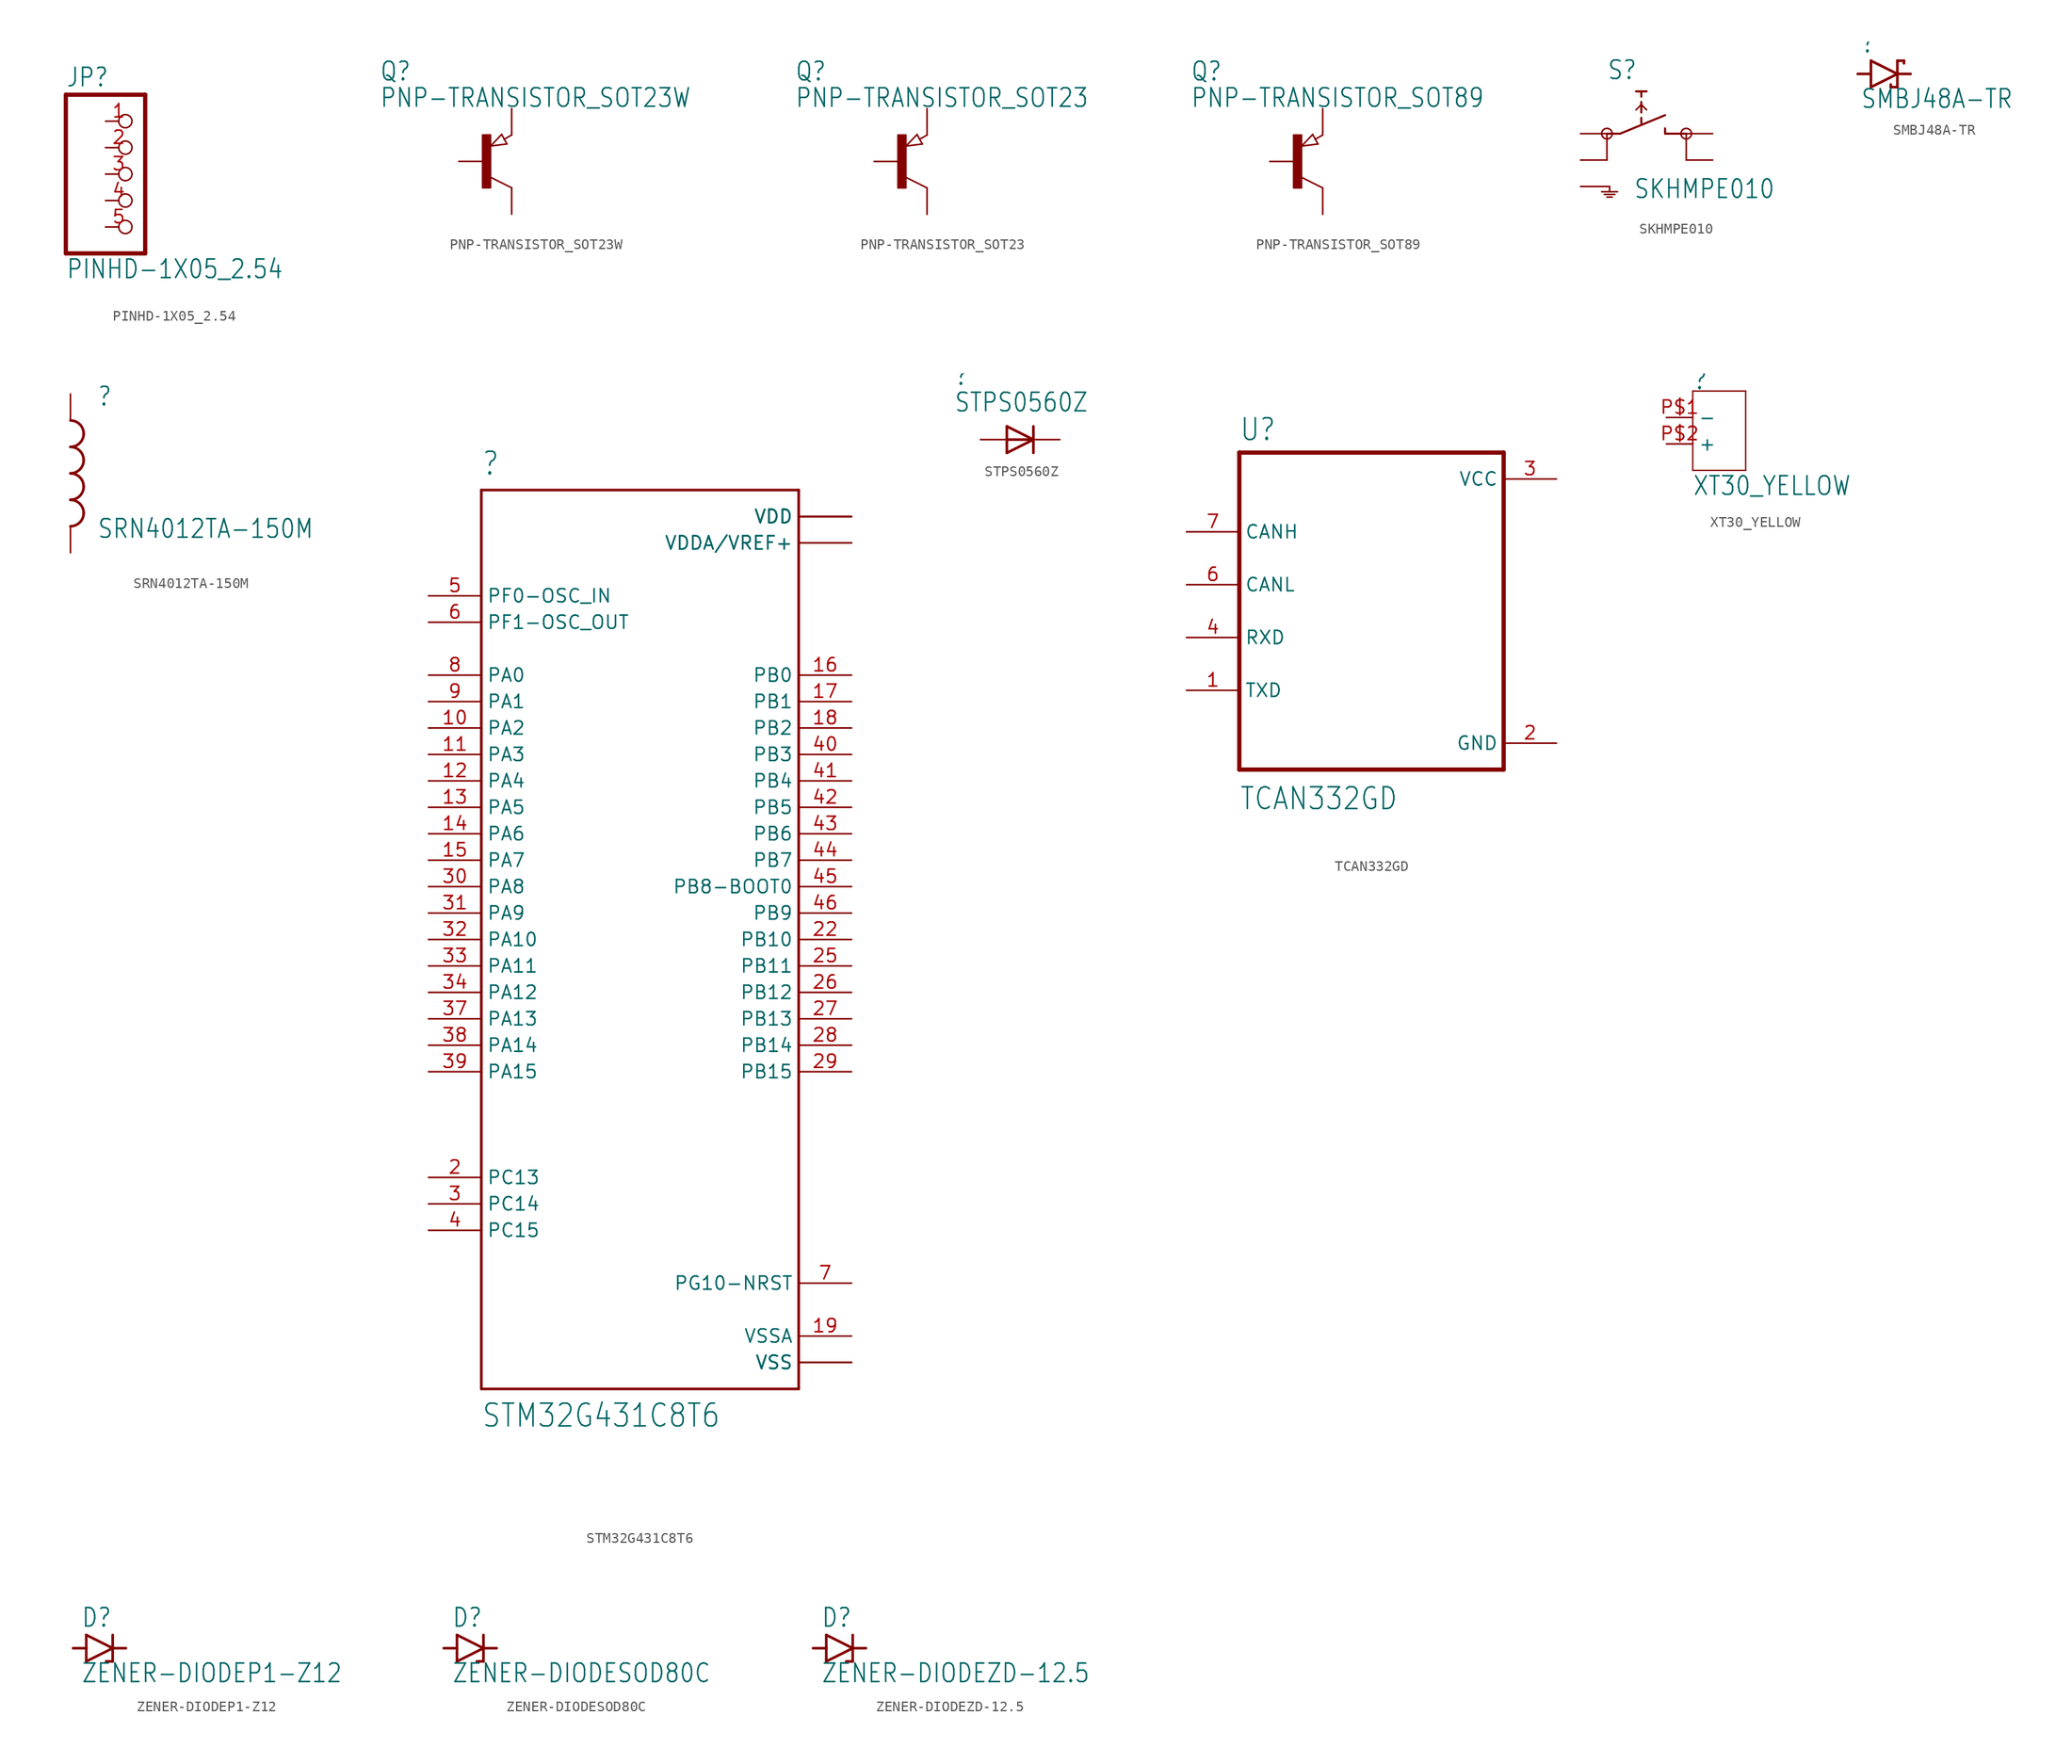
<source format=kicad_sym>
(kicad_symbol_lib
  (version 20210619)
  (generator kicad_symbol_editor)
  (symbol "PINHD-1X05_2.54"
    (property "Reference" "JP"
      (at -6.35 8.255 0)
      (effects (font (size 1.778 1.511)) (justify left bottom)))
    (property "Value" "PINHD-1X05_2.54"
      (at -6.35 -10.16 0)
      (effects (font (size 1.778 1.511)) (justify left bottom)))
    (property "ki_locked" ""
      (at 0 0 0)
      (effects (font (size 1.27 1.27))))
    (symbol "PINHD-1X05_2.54_1_0"
      (polyline (pts (xy -6.35 -7.62) (xy 1.27 -7.62)) (stroke (width 0.406)) (fill (type none)))
      (polyline (pts (xy -6.35 7.62) (xy -6.35 -7.62)) (stroke (width 0.406)) (fill (type none)))
      (polyline (pts (xy 1.27 -7.62) (xy 1.27 7.62)) (stroke (width 0.406)) (fill (type none)))
      (polyline (pts (xy 1.27 7.62) (xy -6.35 7.62)) (stroke (width 0.406)) (fill (type none)))
      (pin passive inverted (at -2.54 5.08 0) (length 2.54) (name "1" (effects (font (size 0 0)))) (number "1" (effects (font (size 1.27 1.27)))))
      (pin passive inverted (at -2.54 2.54 0) (length 2.54) (name "2" (effects (font (size 0 0)))) (number "2" (effects (font (size 1.27 1.27)))))
      (pin passive inverted (at -2.54 0 0) (length 2.54) (name "3" (effects (font (size 0 0)))) (number "3" (effects (font (size 1.27 1.27)))))
      (pin passive inverted (at -2.54 -2.54 0) (length 2.54) (name "4" (effects (font (size 0 0)))) (number "4" (effects (font (size 1.27 1.27)))))
      (pin passive inverted (at -2.54 -5.08 0) (length 2.54) (name "5" (effects (font (size 0 0)))) (number "5" (effects (font (size 1.27 1.27)))))))
  (symbol "PNP-TRANSISTOR_SOT23W"
    (property "Reference" "Q"
      (at -10.16 7.62 0)
      (effects (font (size 1.778 1.511)) (justify left bottom)))
    (property "Value" "PNP-TRANSISTOR_SOT23W"
      (at -10.16 5.08 0)
      (effects (font (size 1.778 1.511)) (justify left bottom)))
    (property "ki_locked" ""
      (at 0 0 0)
      (effects (font (size 1.27 1.27))))
    (symbol "PNP-TRANSISTOR_SOT23W_1_0"
      (rectangle (start -0.254 -2.54) (end 0.508 2.54) (stroke (width 0)) (fill (type outline)))
      (polyline (pts (xy 0.516 1.478) (xy 2.086 1.678)) (stroke (width 0.152)) (fill (type none)))
      (polyline (pts (xy 1.578 2.594) (xy 0.516 1.478)) (stroke (width 0.152)) (fill (type none)))
      (polyline (pts (xy 2.086 1.678) (xy 1.578 2.594)) (stroke (width 0.152)) (fill (type none)))
      (polyline (pts (xy 2.54 -2.54) (xy 0.508 -1.524)) (stroke (width 0.152)) (fill (type none)))
      (polyline (pts (xy 2.54 2.54) (xy 1.808 2.124)) (stroke (width 0.152)) (fill (type none)))
      (pin passive line (at -2.54 0 0) (length 2.54) (name "B" (effects (font (size 0 0)))) (number "1" (effects (font (size 0 0)))))
      (pin passive line (at 2.54 5.08 270) (length 2.54) (name "E" (effects (font (size 0 0)))) (number "2" (effects (font (size 0 0)))))
      (pin passive line (at 2.54 -5.08 90) (length 2.54) (name "C" (effects (font (size 0 0)))) (number "3" (effects (font (size 0 0)))))))
  (symbol "PNP-TRANSISTOR_SOT23"
    (property "Reference" "Q"
      (at -10.16 7.62 0)
      (effects (font (size 1.778 1.511)) (justify left bottom)))
    (property "Value" "PNP-TRANSISTOR_SOT23"
      (at -10.16 5.08 0)
      (effects (font (size 1.778 1.511)) (justify left bottom)))
    (property "ki_locked" ""
      (at 0 0 0)
      (effects (font (size 1.27 1.27))))
    (symbol "PNP-TRANSISTOR_SOT23_1_0"
      (rectangle (start -0.254 -2.54) (end 0.508 2.54) (stroke (width 0)) (fill (type outline)))
      (polyline (pts (xy 0.516 1.478) (xy 2.086 1.678)) (stroke (width 0.152)) (fill (type none)))
      (polyline (pts (xy 1.578 2.594) (xy 0.516 1.478)) (stroke (width 0.152)) (fill (type none)))
      (polyline (pts (xy 2.086 1.678) (xy 1.578 2.594)) (stroke (width 0.152)) (fill (type none)))
      (polyline (pts (xy 2.54 -2.54) (xy 0.508 -1.524)) (stroke (width 0.152)) (fill (type none)))
      (polyline (pts (xy 2.54 2.54) (xy 1.808 2.124)) (stroke (width 0.152)) (fill (type none)))
      (pin passive line (at -2.54 0 0) (length 2.54) (name "B" (effects (font (size 0 0)))) (number "1" (effects (font (size 0 0)))))
      (pin passive line (at 2.54 5.08 270) (length 2.54) (name "E" (effects (font (size 0 0)))) (number "2" (effects (font (size 0 0)))))
      (pin passive line (at 2.54 -5.08 90) (length 2.54) (name "C" (effects (font (size 0 0)))) (number "3" (effects (font (size 0 0)))))))
  (symbol "PNP-TRANSISTOR_SOT89"
    (property "Reference" "Q"
      (at -10.16 7.62 0)
      (effects (font (size 1.778 1.511)) (justify left bottom)))
    (property "Value" "PNP-TRANSISTOR_SOT89"
      (at -10.16 5.08 0)
      (effects (font (size 1.778 1.511)) (justify left bottom)))
    (property "ki_locked" ""
      (at 0 0 0)
      (effects (font (size 1.27 1.27))))
    (symbol "PNP-TRANSISTOR_SOT89_1_0"
      (rectangle (start -0.254 -2.54) (end 0.508 2.54) (stroke (width 0)) (fill (type outline)))
      (polyline (pts (xy 0.516 1.478) (xy 2.086 1.678)) (stroke (width 0.152)) (fill (type none)))
      (polyline (pts (xy 1.578 2.594) (xy 0.516 1.478)) (stroke (width 0.152)) (fill (type none)))
      (polyline (pts (xy 2.086 1.678) (xy 1.578 2.594)) (stroke (width 0.152)) (fill (type none)))
      (polyline (pts (xy 2.54 -2.54) (xy 0.508 -1.524)) (stroke (width 0.152)) (fill (type none)))
      (polyline (pts (xy 2.54 2.54) (xy 1.808 2.124)) (stroke (width 0.152)) (fill (type none)))
      (pin passive line (at -2.54 0 0) (length 2.54) (name "B" (effects (font (size 0 0)))) (number "1" (effects (font (size 0 0)))))
      (pin passive line (at 2.54 -5.08 90) (length 2.54) (name "C" (effects (font (size 0 0)))) (number "2" (effects (font (size 0 0)))))
      (pin passive line (at 2.54 5.08 270) (length 2.54) (name "E" (effects (font (size 0 0)))) (number "3" (effects (font (size 0 0)))))))
  (symbol "SKHMPE010"
    (property "Reference" "S"
      (at -2.54 5.08 0)
      (effects (font (size 1.778 1.511)) (justify left bottom)))
    (property "Value" "SKHMPE010"
      (at 0 -6.35 0)
      (effects (font (size 1.778 1.511)) (justify left bottom)))
    (property "ki_locked" ""
      (at 0 0 0)
      (effects (font (size 1.27 1.27))))
    (symbol "SKHMPE010_1_0"
      (circle (center -2.54 0) (radius 0.508) (stroke (width 0)) (fill (type none)))
      (circle (center 5.08 0) (radius 0.508) (stroke (width 0)) (fill (type none)))
      (polyline (pts (xy -3.048 -5.588) (xy -1.524 -5.588)) (stroke (width 0.152)) (fill (type none)))
      (polyline (pts (xy -2.794 -5.842) (xy -1.778 -5.842)) (stroke (width 0.152)) (fill (type none)))
      (polyline (pts (xy -2.54 -6.096) (xy -2.032 -6.096)) (stroke (width 0.152)) (fill (type none)))
      (polyline (pts (xy -2.54 -5.08) (xy -2.286 -5.08)) (stroke (width 0.152)) (fill (type none)))
      (polyline (pts (xy -2.54 0) (xy -2.54 -2.54)) (stroke (width 0.152)) (fill (type none)))
      (polyline (pts (xy -2.54 0) (xy -1.27 0)) (stroke (width 0.203)) (fill (type none)))
      (polyline (pts (xy -2.286 -5.08) (xy -2.286 -5.588)) (stroke (width 0.152)) (fill (type none)))
      (polyline (pts (xy -1.27 0) (xy 3.048 1.778)) (stroke (width 0.203)) (fill (type none)))
      (polyline (pts (xy 0.254 2.286) (xy 0.762 2.794)) (stroke (width 0.152)) (fill (type none)))
      (polyline (pts (xy 0.762 1.016) (xy 0.762 1.524)) (stroke (width 0.203)) (fill (type none)))
      (polyline (pts (xy 0.762 2.032) (xy 0.762 2.794)) (stroke (width 0.203)) (fill (type none)))
      (polyline (pts (xy 0.762 2.794) (xy 0.762 3.048)) (stroke (width 0.203)) (fill (type none)))
      (polyline (pts (xy 0.762 2.794) (xy 1.27 2.286)) (stroke (width 0.152)) (fill (type none)))
      (polyline (pts (xy 0.762 3.556) (xy 0.762 4.064)) (stroke (width 0.203)) (fill (type none)))
      (polyline (pts (xy 0.762 4.064) (xy 0.254 4.064)) (stroke (width 0.203)) (fill (type none)))
      (polyline (pts (xy 1.27 4.064) (xy 0.762 4.064)) (stroke (width 0.203)) (fill (type none)))
      (polyline (pts (xy 3.048 0) (xy 5.08 0)) (stroke (width 0.203)) (fill (type none)))
      (polyline (pts (xy 3.048 0.508) (xy 3.048 0)) (stroke (width 0.203)) (fill (type none)))
      (polyline (pts (xy 5.08 0) (xy 5.08 -2.54)) (stroke (width 0.152)) (fill (type none)))
      (pin passive line (at -5.08 0 0) (length 2.54) (name "1.1" (effects (font (size 0 0)))) (number "1" (effects (font (size 0 0)))))
      (pin passive line (at -5.08 -2.54 0) (length 2.54) (name "1.2" (effects (font (size 0 0)))) (number "2" (effects (font (size 0 0)))))
      (pin passive line (at 7.62 0 180) (length 2.54) (name "2.1" (effects (font (size 0 0)))) (number "3" (effects (font (size 0 0)))))
      (pin passive line (at 7.62 -2.54 180) (length 2.54) (name "2.2" (effects (font (size 0 0)))) (number "4" (effects (font (size 0 0)))))
      (pin passive line (at -5.08 -5.08 0) (length 2.54) (name "SH" (effects (font (size 0 0)))) (number "5" (effects (font (size 0 0)))))))
  (symbol "SMBJ48A-TR"
    (property "Reference" ""
      (at -2.286 1.905 0)
      (effects (font (size 1.778 1.511)) (justify left bottom)))
    (property "Value" "SMBJ48A-TR"
      (at -2.286 -3.429 0)
      (effects (font (size 1.778 1.511)) (justify left bottom)))
    (property "ki_locked" ""
      (at 0 0 0)
      (effects (font (size 1.27 1.27))))
    (symbol "SMBJ48A-TR_1_0"
      (polyline (pts (xy -1.27 -1.27) (xy 1.27 0)) (stroke (width 0.254)) (fill (type none)))
      (polyline (pts (xy -1.27 0) (xy -2.54 0)) (stroke (width 0.254)) (fill (type none)))
      (polyline (pts (xy -1.27 0) (xy -1.27 -1.27)) (stroke (width 0.254)) (fill (type none)))
      (polyline (pts (xy -1.27 1.27) (xy -1.27 0)) (stroke (width 0.254)) (fill (type none)))
      (polyline (pts (xy 0.635 -1.016) (xy 0.635 -1.27)) (stroke (width 0.254)) (fill (type none)))
      (polyline (pts (xy 1.27 -1.27) (xy 0.635 -1.27)) (stroke (width 0.254)) (fill (type none)))
      (polyline (pts (xy 1.27 0) (xy -1.27 1.27)) (stroke (width 0.254)) (fill (type none)))
      (polyline (pts (xy 1.27 0) (xy 1.27 -1.27)) (stroke (width 0.254)) (fill (type none)))
      (polyline (pts (xy 1.27 0) (xy 2.54 0)) (stroke (width 0.254)) (fill (type none)))
      (polyline (pts (xy 1.27 1.27) (xy 1.27 0)) (stroke (width 0.254)) (fill (type none)))
      (polyline (pts (xy 1.905 1.27) (xy 1.27 1.27)) (stroke (width 0.254)) (fill (type none)))
      (polyline (pts (xy 1.905 1.27) (xy 1.905 1.016)) (stroke (width 0.254)) (fill (type none)))
      (pin passive line (at -2.54 0 0) (length 0) (name "A" (effects (font (size 0 0)))) (number "A" (effects (font (size 0 0)))))
      (pin passive line (at 2.54 0 180) (length 0) (name "C" (effects (font (size 0 0)))) (number "C" (effects (font (size 0 0)))))))
  (symbol "SRN4012TA-150M"
    (property "Reference" ""
      (at 2.54 6.35 0)
      (effects (font (size 1.778 1.511)) (justify left bottom)))
    (property "Value" "SRN4012TA-150M"
      (at 2.54 -6.35 0)
      (effects (font (size 1.778 1.511)) (justify left bottom)))
    (property "ki_locked" ""
      (at 0 0 0)
      (effects (font (size 1.27 1.27))))
    (symbol "SRN4012TA-150M_1_0"
      (arc (start 1.27 -3.81) (end 0 -2.54) (radius (at 0 -3.81) (length 1.27) (angles 0 90)) (stroke (width 0.254)) (fill (type none)))
      (arc (start 0 -5.08) (end 1.27 -3.81) (radius (at 0 -3.81) (length 1.27) (angles -90 0)) (stroke (width 0.254)) (fill (type none)))
      (arc (start 1.27 -1.27) (end 0 0) (radius (at 0 -1.27) (length 1.27) (angles 0 90)) (stroke (width 0.254)) (fill (type none)))
      (arc (start 0 -2.54) (end 1.27 -1.27) (radius (at 0 -1.27) (length 1.27) (angles -90 0)) (stroke (width 0.254)) (fill (type none)))
      (arc (start 1.27 1.27) (end 0 2.54) (radius (at 0 1.27) (length 1.27) (angles 0 90)) (stroke (width 0.254)) (fill (type none)))
      (arc (start 0 0) (end 1.27 1.27) (radius (at 0 1.27) (length 1.27) (angles -90 0)) (stroke (width 0.254)) (fill (type none)))
      (arc (start 1.27 3.81) (end 0 5.08) (radius (at 0 3.81) (length 1.27) (angles 0 90)) (stroke (width 0.254)) (fill (type none)))
      (arc (start 0 2.54) (end 1.27 3.81) (radius (at 0 3.81) (length 1.27) (angles -90 0)) (stroke (width 0.254)) (fill (type none)))
      (pin passive line (at 0 7.62 270) (length 2.54) (name "1" (effects (font (size 0 0)))) (number "1" (effects (font (size 0 0)))))
      (pin passive line (at 0 -7.62 90) (length 2.54) (name "2" (effects (font (size 0 0)))) (number "2" (effects (font (size 0 0)))))))
  (symbol "STM32G431C8T6"
    (property "Reference" ""
      (at -15.24 34.29 0)
      (effects (font (size 2.184 1.857)) (justify left bottom)))
    (property "Value" "STM32G431C8T6"
      (at -15.24 -54.61 0)
      (effects (font (size 2.184 1.857)) (justify left top)))
    (property "ki_locked" ""
      (at 0 0 0)
      (effects (font (size 1.27 1.27))))
    (symbol "STM32G431C8T6_1_0"
      (polyline (pts (xy -15.24 -53.34) (xy -15.24 33.02)) (stroke (width 0.254)) (fill (type none)))
      (polyline (pts (xy -15.24 33.02) (xy 15.24 33.02)) (stroke (width 0.254)) (fill (type none)))
      (polyline (pts (xy 15.24 -53.34) (xy -15.24 -53.34)) (stroke (width 0.254)) (fill (type none)))
      (polyline (pts (xy 15.24 33.02) (xy 15.24 -53.34)) (stroke (width 0.254)) (fill (type none)))
      (pin power_in line (at 20.32 30.48 180) (length 5.08) (name "VDD" (effects (font (size 1.27 1.27)))) (number "1" (effects (font (size 0 0)))))
      (pin bidirectional line (at -20.32 10.16 0) (length 5.08) (name "PA2" (effects (font (size 1.27 1.27)))) (number "10" (effects (font (size 1.27 1.27)))))
      (pin bidirectional line (at -20.32 7.62 0) (length 5.08) (name "PA3" (effects (font (size 1.27 1.27)))) (number "11" (effects (font (size 1.27 1.27)))))
      (pin bidirectional line (at -20.32 5.08 0) (length 5.08) (name "PA4" (effects (font (size 1.27 1.27)))) (number "12" (effects (font (size 1.27 1.27)))))
      (pin bidirectional line (at -20.32 2.54 0) (length 5.08) (name "PA5" (effects (font (size 1.27 1.27)))) (number "13" (effects (font (size 1.27 1.27)))))
      (pin bidirectional line (at -20.32 0 0) (length 5.08) (name "PA6" (effects (font (size 1.27 1.27)))) (number "14" (effects (font (size 1.27 1.27)))))
      (pin bidirectional line (at -20.32 -2.54 0) (length 5.08) (name "PA7" (effects (font (size 1.27 1.27)))) (number "15" (effects (font (size 1.27 1.27)))))
      (pin bidirectional line (at 20.32 15.24 180) (length 5.08) (name "PB0" (effects (font (size 1.27 1.27)))) (number "16" (effects (font (size 1.27 1.27)))))
      (pin bidirectional line (at 20.32 12.7 180) (length 5.08) (name "PB1" (effects (font (size 1.27 1.27)))) (number "17" (effects (font (size 1.27 1.27)))))
      (pin bidirectional line (at 20.32 10.16 180) (length 5.08) (name "PB2" (effects (font (size 1.27 1.27)))) (number "18" (effects (font (size 1.27 1.27)))))
      (pin power_in line (at 20.32 -48.26 180) (length 5.08) (name "VSSA" (effects (font (size 1.27 1.27)))) (number "19" (effects (font (size 1.27 1.27)))))
      (pin bidirectional line (at -20.32 -33.02 0) (length 5.08) (name "PC13" (effects (font (size 1.27 1.27)))) (number "2" (effects (font (size 1.27 1.27)))))
      (pin power_in line (at 20.32 27.94 180) (length 5.08) (name "VDDA/VREF+" (effects (font (size 1.27 1.27)))) (number "20" (effects (font (size 0 0)))))
      (pin power_in line (at 20.32 27.94 180) (length 5.08) (name "VDDA/VREF+" (effects (font (size 1.27 1.27)))) (number "21" (effects (font (size 0 0)))))
      (pin bidirectional line (at 20.32 -10.16 180) (length 5.08) (name "PB10" (effects (font (size 1.27 1.27)))) (number "22" (effects (font (size 1.27 1.27)))))
      (pin power_in line (at 20.32 -50.8 180) (length 5.08) (name "VSS" (effects (font (size 1.27 1.27)))) (number "23" (effects (font (size 0 0)))))
      (pin power_in line (at 20.32 30.48 180) (length 5.08) (name "VDD" (effects (font (size 1.27 1.27)))) (number "24" (effects (font (size 0 0)))))
      (pin bidirectional line (at 20.32 -12.7 180) (length 5.08) (name "PB11" (effects (font (size 1.27 1.27)))) (number "25" (effects (font (size 1.27 1.27)))))
      (pin bidirectional line (at 20.32 -15.24 180) (length 5.08) (name "PB12" (effects (font (size 1.27 1.27)))) (number "26" (effects (font (size 1.27 1.27)))))
      (pin bidirectional line (at 20.32 -17.78 180) (length 5.08) (name "PB13" (effects (font (size 1.27 1.27)))) (number "27" (effects (font (size 1.27 1.27)))))
      (pin bidirectional line (at 20.32 -20.32 180) (length 5.08) (name "PB14" (effects (font (size 1.27 1.27)))) (number "28" (effects (font (size 1.27 1.27)))))
      (pin bidirectional line (at 20.32 -22.86 180) (length 5.08) (name "PB15" (effects (font (size 1.27 1.27)))) (number "29" (effects (font (size 1.27 1.27)))))
      (pin bidirectional line (at -20.32 -35.56 0) (length 5.08) (name "PC14" (effects (font (size 1.27 1.27)))) (number "3" (effects (font (size 1.27 1.27)))))
      (pin bidirectional line (at -20.32 -5.08 0) (length 5.08) (name "PA8" (effects (font (size 1.27 1.27)))) (number "30" (effects (font (size 1.27 1.27)))))
      (pin bidirectional line (at -20.32 -7.62 0) (length 5.08) (name "PA9" (effects (font (size 1.27 1.27)))) (number "31" (effects (font (size 1.27 1.27)))))
      (pin bidirectional line (at -20.32 -10.16 0) (length 5.08) (name "PA10" (effects (font (size 1.27 1.27)))) (number "32" (effects (font (size 1.27 1.27)))))
      (pin bidirectional line (at -20.32 -12.7 0) (length 5.08) (name "PA11" (effects (font (size 1.27 1.27)))) (number "33" (effects (font (size 1.27 1.27)))))
      (pin bidirectional line (at -20.32 -15.24 0) (length 5.08) (name "PA12" (effects (font (size 1.27 1.27)))) (number "34" (effects (font (size 1.27 1.27)))))
      (pin power_in line (at 20.32 -50.8 180) (length 5.08) (name "VSS" (effects (font (size 1.27 1.27)))) (number "35" (effects (font (size 0 0)))))
      (pin power_in line (at 20.32 30.48 180) (length 5.08) (name "VDD" (effects (font (size 1.27 1.27)))) (number "36" (effects (font (size 0 0)))))
      (pin bidirectional line (at -20.32 -17.78 0) (length 5.08) (name "PA13" (effects (font (size 1.27 1.27)))) (number "37" (effects (font (size 1.27 1.27)))))
      (pin bidirectional line (at -20.32 -20.32 0) (length 5.08) (name "PA14" (effects (font (size 1.27 1.27)))) (number "38" (effects (font (size 1.27 1.27)))))
      (pin bidirectional line (at -20.32 -22.86 0) (length 5.08) (name "PA15" (effects (font (size 1.27 1.27)))) (number "39" (effects (font (size 1.27 1.27)))))
      (pin bidirectional line (at -20.32 -38.1 0) (length 5.08) (name "PC15" (effects (font (size 1.27 1.27)))) (number "4" (effects (font (size 1.27 1.27)))))
      (pin bidirectional line (at 20.32 7.62 180) (length 5.08) (name "PB3" (effects (font (size 1.27 1.27)))) (number "40" (effects (font (size 1.27 1.27)))))
      (pin bidirectional line (at 20.32 5.08 180) (length 5.08) (name "PB4" (effects (font (size 1.27 1.27)))) (number "41" (effects (font (size 1.27 1.27)))))
      (pin bidirectional line (at 20.32 2.54 180) (length 5.08) (name "PB5" (effects (font (size 1.27 1.27)))) (number "42" (effects (font (size 1.27 1.27)))))
      (pin bidirectional line (at 20.32 0 180) (length 5.08) (name "PB6" (effects (font (size 1.27 1.27)))) (number "43" (effects (font (size 1.27 1.27)))))
      (pin bidirectional line (at 20.32 -2.54 180) (length 5.08) (name "PB7" (effects (font (size 1.27 1.27)))) (number "44" (effects (font (size 1.27 1.27)))))
      (pin bidirectional line (at 20.32 -5.08 180) (length 5.08) (name "PB8-BOOT0" (effects (font (size 1.27 1.27)))) (number "45" (effects (font (size 1.27 1.27)))))
      (pin bidirectional line (at 20.32 -7.62 180) (length 5.08) (name "PB9" (effects (font (size 1.27 1.27)))) (number "46" (effects (font (size 1.27 1.27)))))
      (pin power_in line (at 20.32 -50.8 180) (length 5.08) (name "VSS" (effects (font (size 1.27 1.27)))) (number "47" (effects (font (size 0 0)))))
      (pin power_in line (at 20.32 30.48 180) (length 5.08) (name "VDD" (effects (font (size 1.27 1.27)))) (number "48" (effects (font (size 0 0)))))
      (pin input line (at -20.32 22.86 0) (length 5.08) (name "PF0-OSC_IN" (effects (font (size 1.27 1.27)))) (number "5" (effects (font (size 1.27 1.27)))))
      (pin output line (at -20.32 20.32 0) (length 5.08) (name "PF1-OSC_OUT" (effects (font (size 1.27 1.27)))) (number "6" (effects (font (size 1.27 1.27)))))
      (pin bidirectional line (at 20.32 -43.18 180) (length 5.08) (name "PG10-NRST" (effects (font (size 1.27 1.27)))) (number "7" (effects (font (size 1.27 1.27)))))
      (pin bidirectional line (at -20.32 15.24 0) (length 5.08) (name "PA0" (effects (font (size 1.27 1.27)))) (number "8" (effects (font (size 1.27 1.27)))))
      (pin bidirectional line (at -20.32 12.7 0) (length 5.08) (name "PA1" (effects (font (size 1.27 1.27)))) (number "9" (effects (font (size 1.27 1.27)))))))
  (symbol "STPS0560Z"
    (property "Reference" ""
      (at -7.62 5.08 0)
      (effects (font (size 1.778 1.511)) (justify left bottom)))
    (property "Value" "STPS0560Z"
      (at -7.62 2.54 0)
      (effects (font (size 1.778 1.511)) (justify left bottom)))
    (property "ki_locked" ""
      (at 0 0 0)
      (effects (font (size 1.27 1.27))))
    (symbol "STPS0560Z_1_0"
      (polyline (pts (xy -2.54 -1.27) (xy 0 0)) (stroke (width 0.254)) (fill (type none)))
      (polyline (pts (xy -2.54 0) (xy -2.54 -1.27)) (stroke (width 0.254)) (fill (type none)))
      (polyline (pts (xy -2.54 0) (xy 0 0)) (stroke (width 0.254)) (fill (type none)))
      (polyline (pts (xy -2.54 1.27) (xy -2.54 0)) (stroke (width 0.254)) (fill (type none)))
      (polyline (pts (xy 0 0) (xy -2.54 1.27)) (stroke (width 0.254)) (fill (type none)))
      (polyline (pts (xy 0 0) (xy 0 -1.27)) (stroke (width 0.254)) (fill (type none)))
      (polyline (pts (xy 0 0) (xy 0 1.27)) (stroke (width 0.254)) (fill (type none)))
      (pin bidirectional line (at -5.08 0 0) (length 2.54) (name "ANODE" (effects (font (size 0 0)))) (number "ANODE" (effects (font (size 0 0)))))
      (pin bidirectional line (at 2.54 0 180) (length 2.54) (name "CATHODE" (effects (font (size 0 0)))) (number "CATHODE" (effects (font (size 0 0)))))))
  (symbol "TCAN332GD"
    (property "Reference" "U"
      (at -12.7 16.24 0)
      (effects (font (size 2.083 1.77)) (justify left bottom)))
    (property "Value" "TCAN332GD"
      (at -12.7 -19.24 0)
      (effects (font (size 2.083 1.77)) (justify left bottom)))
    (property "ki_locked" ""
      (at 0 0 0)
      (effects (font (size 1.27 1.27))))
    (symbol "TCAN332GD_1_0"
      (polyline (pts (xy -12.7 -15.24) (xy -12.7 15.24)) (stroke (width 0.41)) (fill (type none)))
      (polyline (pts (xy -12.7 15.24) (xy 12.7 15.24)) (stroke (width 0.41)) (fill (type none)))
      (polyline (pts (xy 12.7 -15.24) (xy -12.7 -15.24)) (stroke (width 0.41)) (fill (type none)))
      (polyline (pts (xy 12.7 15.24) (xy 12.7 -15.24)) (stroke (width 0.41)) (fill (type none)))
      (pin bidirectional line (at -17.78 -7.62 0) (length 5.08) (name "TXD" (effects (font (size 1.27 1.27)))) (number "1" (effects (font (size 1.27 1.27)))))
      (pin power_in line (at 17.78 -12.7 180) (length 5.08) (name "GND" (effects (font (size 1.27 1.27)))) (number "2" (effects (font (size 1.27 1.27)))))
      (pin power_in line (at 17.78 12.7 180) (length 5.08) (name "VCC" (effects (font (size 1.27 1.27)))) (number "3" (effects (font (size 1.27 1.27)))))
      (pin bidirectional line (at -17.78 -2.54 0) (length 5.08) (name "RXD" (effects (font (size 1.27 1.27)))) (number "4" (effects (font (size 1.27 1.27)))))
      (pin bidirectional line (at -17.78 2.54 0) (length 5.08) (name "CANL" (effects (font (size 1.27 1.27)))) (number "6" (effects (font (size 1.27 1.27)))))
      (pin bidirectional line (at -17.78 7.62 0) (length 5.08) (name "CANH" (effects (font (size 1.27 1.27)))) (number "7" (effects (font (size 1.27 1.27)))))))
  (symbol "XT30_YELLOW"
    (property "Reference" ""
      (at -2.564 2.558 0)
      (effects (font (size 1.782 1.515)) (justify left bottom)))
    (property "Value" "XT30_YELLOW"
      (at -2.575 -7.603 0)
      (effects (font (size 1.784 1.516)) (justify left bottom)))
    (property "ki_locked" ""
      (at 0 0 0)
      (effects (font (size 1.27 1.27))))
    (symbol "XT30_YELLOW_1_0"
      (polyline (pts (xy -2.54 -5.08) (xy -2.54 2.54)) (stroke (width 0.127)) (fill (type none)))
      (polyline (pts (xy -2.54 2.54) (xy 2.54 2.54)) (stroke (width 0.127)) (fill (type none)))
      (polyline (pts (xy 2.54 -5.08) (xy -2.54 -5.08)) (stroke (width 0.127)) (fill (type none)))
      (polyline (pts (xy 2.54 2.54) (xy 2.54 -5.08)) (stroke (width 0.127)) (fill (type none)))
      (pin passive line (at -5.08 0 0) (length 2.54) (name "-" (effects (font (size 1.27 1.27)))) (number "P$1" (effects (font (size 1.27 1.27)))))
      (pin passive line (at -5.08 -2.54 0) (length 2.54) (name "+" (effects (font (size 1.27 1.27)))) (number "P$2" (effects (font (size 1.27 1.27)))))))
  (symbol "ZENER-DIODEP1-Z12"
    (property "Reference" "D"
      (at -1.778 1.905 0)
      (effects (font (size 1.778 1.511)) (justify left bottom)))
    (property "Value" "ZENER-DIODEP1-Z12"
      (at -1.778 -3.429 0)
      (effects (font (size 1.778 1.511)) (justify left bottom)))
    (property "ki_locked" ""
      (at 0 0 0)
      (effects (font (size 1.27 1.27))))
    (symbol "ZENER-DIODEP1-Z12_1_0"
      (polyline (pts (xy -1.27 -1.27) (xy 1.27 0)) (stroke (width 0.254)) (fill (type none)))
      (polyline (pts (xy -1.27 0) (xy -2.54 0)) (stroke (width 0.254)) (fill (type none)))
      (polyline (pts (xy -1.27 0) (xy -1.27 -1.27)) (stroke (width 0.254)) (fill (type none)))
      (polyline (pts (xy -1.27 1.27) (xy -1.27 0)) (stroke (width 0.254)) (fill (type none)))
      (polyline (pts (xy 1.27 -1.27) (xy 0.635 -1.27)) (stroke (width 0.254)) (fill (type none)))
      (polyline (pts (xy 1.27 0) (xy -1.27 1.27)) (stroke (width 0.254)) (fill (type none)))
      (polyline (pts (xy 1.27 0) (xy 1.27 -1.27)) (stroke (width 0.254)) (fill (type none)))
      (polyline (pts (xy 1.27 0) (xy 2.54 0)) (stroke (width 0.254)) (fill (type none)))
      (polyline (pts (xy 1.27 1.27) (xy 1.27 0)) (stroke (width 0.254)) (fill (type none)))
      (pin passive line (at -2.54 0 0) (length 0) (name "A" (effects (font (size 0 0)))) (number "A" (effects (font (size 0 0)))))
      (pin passive line (at 2.54 0 180) (length 0) (name "C" (effects (font (size 0 0)))) (number "C" (effects (font (size 0 0)))))))
  (symbol "ZENER-DIODESOD80C"
    (property "Reference" "D"
      (at -1.778 1.905 0)
      (effects (font (size 1.778 1.511)) (justify left bottom)))
    (property "Value" "ZENER-DIODESOD80C"
      (at -1.778 -3.429 0)
      (effects (font (size 1.778 1.511)) (justify left bottom)))
    (property "ki_locked" ""
      (at 0 0 0)
      (effects (font (size 1.27 1.27))))
    (symbol "ZENER-DIODESOD80C_1_0"
      (polyline (pts (xy -1.27 -1.27) (xy 1.27 0)) (stroke (width 0.254)) (fill (type none)))
      (polyline (pts (xy -1.27 0) (xy -2.54 0)) (stroke (width 0.254)) (fill (type none)))
      (polyline (pts (xy -1.27 0) (xy -1.27 -1.27)) (stroke (width 0.254)) (fill (type none)))
      (polyline (pts (xy -1.27 1.27) (xy -1.27 0)) (stroke (width 0.254)) (fill (type none)))
      (polyline (pts (xy 1.27 -1.27) (xy 0.635 -1.27)) (stroke (width 0.254)) (fill (type none)))
      (polyline (pts (xy 1.27 0) (xy -1.27 1.27)) (stroke (width 0.254)) (fill (type none)))
      (polyline (pts (xy 1.27 0) (xy 1.27 -1.27)) (stroke (width 0.254)) (fill (type none)))
      (polyline (pts (xy 1.27 0) (xy 2.54 0)) (stroke (width 0.254)) (fill (type none)))
      (polyline (pts (xy 1.27 1.27) (xy 1.27 0)) (stroke (width 0.254)) (fill (type none)))
      (pin passive line (at -2.54 0 0) (length 0) (name "A" (effects (font (size 0 0)))) (number "A" (effects (font (size 0 0)))))
      (pin passive line (at 2.54 0 180) (length 0) (name "C" (effects (font (size 0 0)))) (number "C" (effects (font (size 0 0)))))))
  (symbol "ZENER-DIODEZD-12.5"
    (property "Reference" "D"
      (at -1.778 1.905 0)
      (effects (font (size 1.778 1.511)) (justify left bottom)))
    (property "Value" "ZENER-DIODEZD-12.5"
      (at -1.778 -3.429 0)
      (effects (font (size 1.778 1.511)) (justify left bottom)))
    (property "ki_locked" ""
      (at 0 0 0)
      (effects (font (size 1.27 1.27))))
    (symbol "ZENER-DIODEZD-12.5_1_0"
      (polyline (pts (xy -1.27 -1.27) (xy 1.27 0)) (stroke (width 0.254)) (fill (type none)))
      (polyline (pts (xy -1.27 0) (xy -2.54 0)) (stroke (width 0.254)) (fill (type none)))
      (polyline (pts (xy -1.27 0) (xy -1.27 -1.27)) (stroke (width 0.254)) (fill (type none)))
      (polyline (pts (xy -1.27 1.27) (xy -1.27 0)) (stroke (width 0.254)) (fill (type none)))
      (polyline (pts (xy 1.27 -1.27) (xy 0.635 -1.27)) (stroke (width 0.254)) (fill (type none)))
      (polyline (pts (xy 1.27 0) (xy -1.27 1.27)) (stroke (width 0.254)) (fill (type none)))
      (polyline (pts (xy 1.27 0) (xy 1.27 -1.27)) (stroke (width 0.254)) (fill (type none)))
      (polyline (pts (xy 1.27 0) (xy 2.54 0)) (stroke (width 0.254)) (fill (type none)))
      (polyline (pts (xy 1.27 1.27) (xy 1.27 0)) (stroke (width 0.254)) (fill (type none)))
      (pin passive line (at -2.54 0 0) (length 0) (name "A" (effects (font (size 0 0)))) (number "A" (effects (font (size 0 0)))))
      (pin passive line (at 2.54 0 180) (length 0) (name "C" (effects (font (size 0 0)))) (number "C" (effects (font (size 0 0))))))))
</source>
